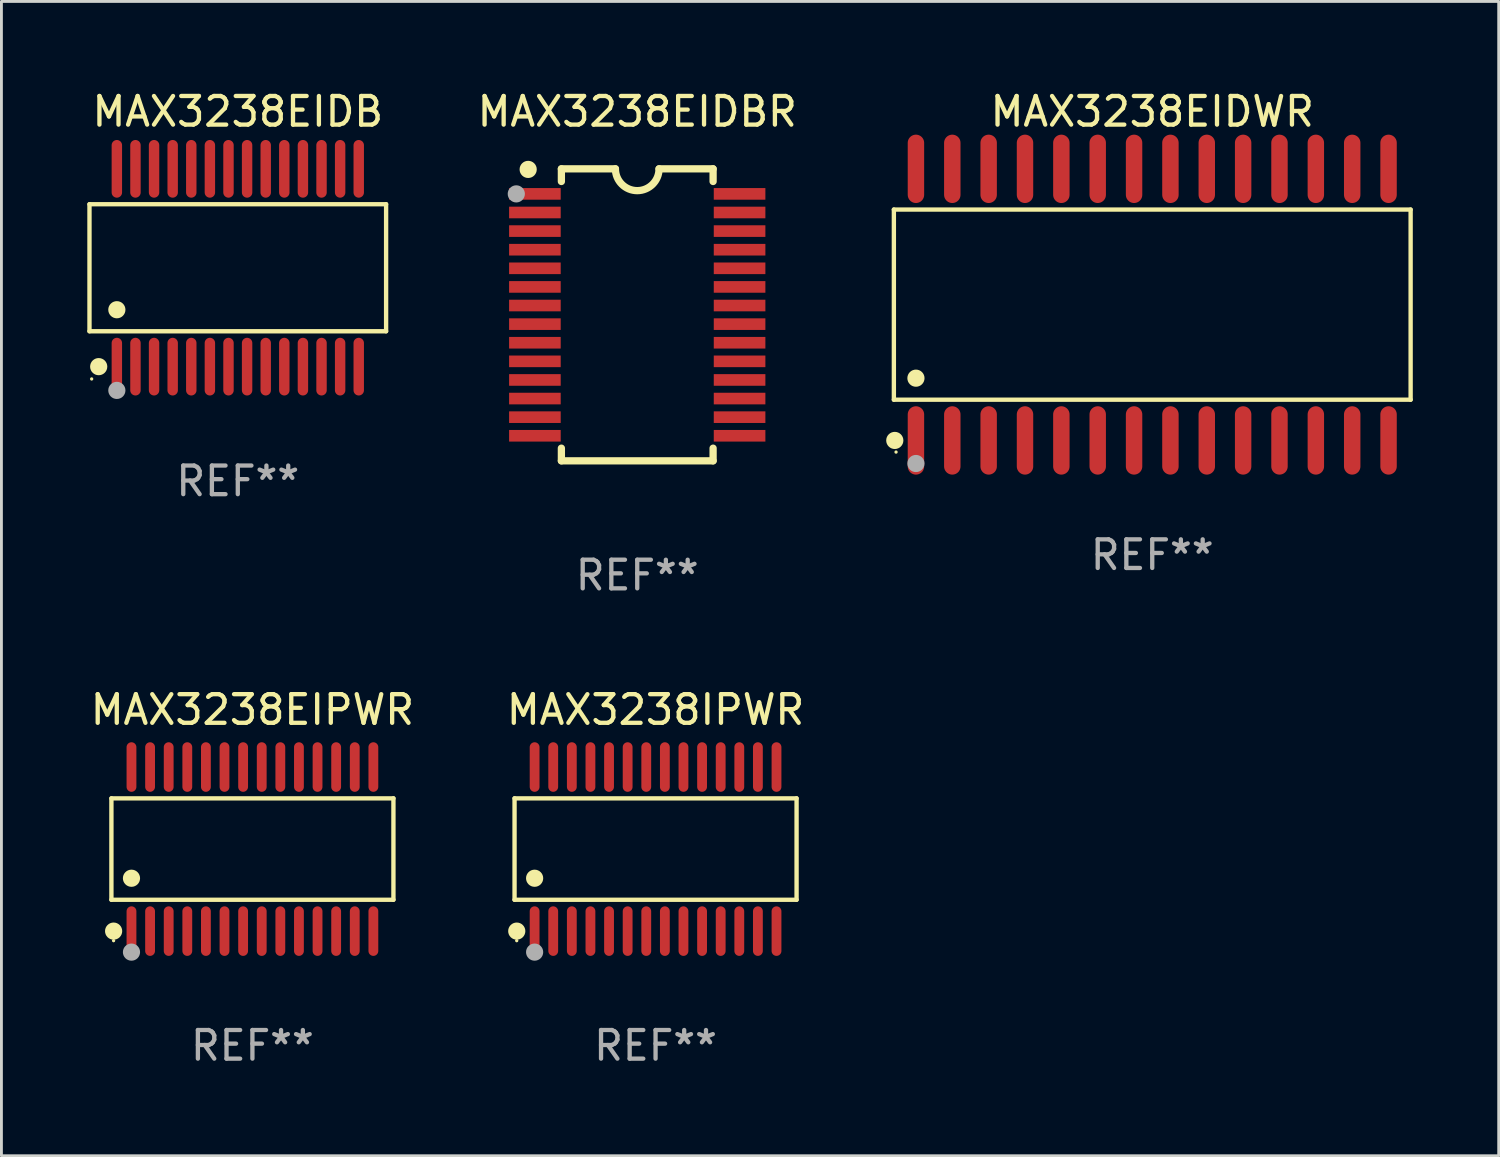
<source format=kicad_pcb>
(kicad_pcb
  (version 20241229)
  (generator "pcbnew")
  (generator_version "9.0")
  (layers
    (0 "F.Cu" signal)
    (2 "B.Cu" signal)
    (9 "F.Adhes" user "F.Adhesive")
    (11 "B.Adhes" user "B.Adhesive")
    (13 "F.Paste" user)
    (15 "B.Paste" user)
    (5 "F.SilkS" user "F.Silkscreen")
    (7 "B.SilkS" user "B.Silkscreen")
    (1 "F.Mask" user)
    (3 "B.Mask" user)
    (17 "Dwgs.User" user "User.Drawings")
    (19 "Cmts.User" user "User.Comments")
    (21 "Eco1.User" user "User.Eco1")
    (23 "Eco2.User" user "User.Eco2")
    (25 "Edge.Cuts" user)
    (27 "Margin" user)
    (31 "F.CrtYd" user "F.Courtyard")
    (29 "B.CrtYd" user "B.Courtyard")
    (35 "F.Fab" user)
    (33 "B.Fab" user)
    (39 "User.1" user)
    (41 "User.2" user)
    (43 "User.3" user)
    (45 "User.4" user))
  (footprint "MAX3238IPWR"
    (layer "F.Cu")
    (at 19.851 26.611)
    (property "Reference" "MAX3238IPWR" (at 0 -4.866 0) (layer "F.SilkS") (effects (font (size 1 1) (thickness 0.15))))
    (attr through_hole)
    (fp_line (start -4.926 -1.772) (end 4.926 -1.772) (stroke (width 0.152) (type solid)) (layer "F.SilkS"))
    (fp_line (start -4.926 1.771) (end -4.926 -1.772) (stroke (width 0.152) (type solid)) (layer "F.SilkS"))
    (fp_line (start 4.926 -1.772) (end 4.926 1.771) (stroke (width 0.152) (type solid)) (layer "F.SilkS"))
    (fp_line (start 4.926 1.771) (end -4.926 1.771) (stroke (width 0.152) (type solid)) (layer "F.SilkS"))
    (fp_circle (center -4.85 3.2) (end -4.82 3.2) (stroke (width 0.06) (type solid)) (fill no) (layer "F.SilkS"))
    (fp_circle (center -4.849 2.866) (end -4.699 2.866) (stroke (width 0.3) (type solid)) (fill no) (layer "F.SilkS"))
    (fp_circle (center -4.225 1.019) (end -4.075 1.019) (stroke (width 0.3) (type solid)) (fill no) (layer "F.SilkS"))
    (fp_circle (center -4.225 3.6) (end -4.075 3.6) (stroke (width 0.3) (type solid)) (fill no) (layer "F.Fab"))
    (fp_text user "REF**" (at 0 6.866 0) (layer "F.Fab") (effects (font (size 1 1) (thickness 0.15))))
    (pad "1" smd oval (at -4.225 2.866) (size 0.343 1.731) (layers "F.Cu" "F.Mask" "F.Paste"))
    (pad "2" smd oval (at -3.575 2.866) (size 0.343 1.731) (layers "F.Cu" "F.Mask" "F.Paste"))
    (pad "3" smd oval (at -2.925 2.866) (size 0.343 1.731) (layers "F.Cu" "F.Mask" "F.Paste"))
    (pad "4" smd oval (at -2.275 2.866) (size 0.343 1.731) (layers "F.Cu" "F.Mask" "F.Paste"))
    (pad "5" smd oval (at -1.625 2.866) (size 0.343 1.731) (layers "F.Cu" "F.Mask" "F.Paste"))
    (pad "6" smd oval (at -0.975 2.866) (size 0.343 1.731) (layers "F.Cu" "F.Mask" "F.Paste"))
    (pad "7" smd oval (at -0.325 2.866) (size 0.343 1.731) (layers "F.Cu" "F.Mask" "F.Paste"))
    (pad "8" smd oval (at 0.325 2.866) (size 0.343 1.731) (layers "F.Cu" "F.Mask" "F.Paste"))
    (pad "9" smd oval (at 0.975 2.866) (size 0.343 1.731) (layers "F.Cu" "F.Mask" "F.Paste"))
    (pad "10" smd oval (at 1.625 2.866) (size 0.343 1.731) (layers "F.Cu" "F.Mask" "F.Paste"))
    (pad "11" smd oval (at 2.275 2.866) (size 0.343 1.731) (layers "F.Cu" "F.Mask" "F.Paste"))
    (pad "12" smd oval (at 2.925 2.866) (size 0.343 1.731) (layers "F.Cu" "F.Mask" "F.Paste"))
    (pad "13" smd oval (at 3.575 2.866) (size 0.343 1.731) (layers "F.Cu" "F.Mask" "F.Paste"))
    (pad "14" smd oval (at 4.225 2.866) (size 0.343 1.731) (layers "F.Cu" "F.Mask" "F.Paste"))
    (pad "15" smd oval (at 4.225 -2.866) (size 0.343 1.731) (layers "F.Cu" "F.Mask" "F.Paste"))
    (pad "16" smd oval (at 3.575 -2.866) (size 0.343 1.731) (layers "F.Cu" "F.Mask" "F.Paste"))
    (pad "17" smd oval (at 2.925 -2.866) (size 0.343 1.731) (layers "F.Cu" "F.Mask" "F.Paste"))
    (pad "18" smd oval (at 2.275 -2.866) (size 0.343 1.731) (layers "F.Cu" "F.Mask" "F.Paste"))
    (pad "19" smd oval (at 1.625 -2.866) (size 0.343 1.731) (layers "F.Cu" "F.Mask" "F.Paste"))
    (pad "20" smd oval (at 0.975 -2.866) (size 0.343 1.731) (layers "F.Cu" "F.Mask" "F.Paste"))
    (pad "21" smd oval (at 0.325 -2.866) (size 0.343 1.731) (layers "F.Cu" "F.Mask" "F.Paste"))
    (pad "22" smd oval (at -0.325 -2.866) (size 0.343 1.731) (layers "F.Cu" "F.Mask" "F.Paste"))
    (pad "23" smd oval (at -0.975 -2.866) (size 0.343 1.731) (layers "F.Cu" "F.Mask" "F.Paste"))
    (pad "24" smd oval (at -1.625 -2.866) (size 0.343 1.731) (layers "F.Cu" "F.Mask" "F.Paste"))
    (pad "25" smd oval (at -2.275 -2.866) (size 0.343 1.731) (layers "F.Cu" "F.Mask" "F.Paste"))
    (pad "26" smd oval (at -2.925 -2.866) (size 0.343 1.731) (layers "F.Cu" "F.Mask" "F.Paste"))
    (pad "27" smd oval (at -3.575 -2.866) (size 0.343 1.731) (layers "F.Cu" "F.Mask" "F.Paste"))
    (pad "28" smd oval (at -4.225 -2.866) (size 0.343 1.731) (layers "F.Cu" "F.Mask" "F.Paste")))
  (footprint "MAX3238EIDB"
    (layer "F.Cu")
    (at 5.257 6.303)
    (property "Reference" "MAX3238EIDB" (at 0 -5.455 0) (layer "F.SilkS") (effects (font (size 1 1) (thickness 0.15))))
    (attr through_hole)
    (fp_line (start -5.181 -2.219) (end 5.181 -2.219) (stroke (width 0.152) (type solid)) (layer "F.SilkS"))
    (fp_line (start -5.181 2.219) (end -5.181 -2.219) (stroke (width 0.152) (type solid)) (layer "F.SilkS"))
    (fp_line (start 5.181 -2.219) (end 5.181 2.219) (stroke (width 0.152) (type solid)) (layer "F.SilkS"))
    (fp_line (start 5.181 2.219) (end -5.181 2.219) (stroke (width 0.152) (type solid)) (layer "F.SilkS"))
    (fp_circle (center -5.105 3.885) (end -5.075 3.885) (stroke (width 0.06) (type solid)) (fill no) (layer "F.SilkS"))
    (fp_circle (center -4.859 3.455) (end -4.709 3.455) (stroke (width 0.3) (type solid)) (fill no) (layer "F.SilkS"))
    (fp_circle (center -4.225 1.467) (end -4.075 1.467) (stroke (width 0.3) (type solid)) (fill no) (layer "F.SilkS"))
    (fp_circle (center -4.225 4.285) (end -4.075 4.285) (stroke (width 0.3) (type solid)) (fill no) (layer "F.Fab"))
    (fp_text user "REF**" (at 0 7.455 0) (layer "F.Fab") (effects (font (size 1 1) (thickness 0.15))))
    (pad "1" smd oval (at -4.225 3.455) (size 0.364 2.015) (layers "F.Cu" "F.Mask" "F.Paste"))
    (pad "2" smd oval (at -3.575 3.455) (size 0.364 2.015) (layers "F.Cu" "F.Mask" "F.Paste"))
    (pad "3" smd oval (at -2.925 3.455) (size 0.364 2.015) (layers "F.Cu" "F.Mask" "F.Paste"))
    (pad "4" smd oval (at -2.275 3.455) (size 0.364 2.015) (layers "F.Cu" "F.Mask" "F.Paste"))
    (pad "5" smd oval (at -1.625 3.455) (size 0.364 2.015) (layers "F.Cu" "F.Mask" "F.Paste"))
    (pad "6" smd oval (at -0.975 3.455) (size 0.364 2.015) (layers "F.Cu" "F.Mask" "F.Paste"))
    (pad "7" smd oval (at -0.325 3.455) (size 0.364 2.015) (layers "F.Cu" "F.Mask" "F.Paste"))
    (pad "8" smd oval (at 0.325 3.455) (size 0.364 2.015) (layers "F.Cu" "F.Mask" "F.Paste"))
    (pad "9" smd oval (at 0.975 3.455) (size 0.364 2.015) (layers "F.Cu" "F.Mask" "F.Paste"))
    (pad "10" smd oval (at 1.625 3.455) (size 0.364 2.015) (layers "F.Cu" "F.Mask" "F.Paste"))
    (pad "11" smd oval (at 2.275 3.455) (size 0.364 2.015) (layers "F.Cu" "F.Mask" "F.Paste"))
    (pad "12" smd oval (at 2.925 3.455) (size 0.364 2.015) (layers "F.Cu" "F.Mask" "F.Paste"))
    (pad "13" smd oval (at 3.575 3.455) (size 0.364 2.015) (layers "F.Cu" "F.Mask" "F.Paste"))
    (pad "14" smd oval (at 4.225 3.455) (size 0.364 2.015) (layers "F.Cu" "F.Mask" "F.Paste"))
    (pad "15" smd oval (at 4.225 -3.455) (size 0.364 2.015) (layers "F.Cu" "F.Mask" "F.Paste"))
    (pad "16" smd oval (at 3.575 -3.455) (size 0.364 2.015) (layers "F.Cu" "F.Mask" "F.Paste"))
    (pad "17" smd oval (at 2.925 -3.455) (size 0.364 2.015) (layers "F.Cu" "F.Mask" "F.Paste"))
    (pad "18" smd oval (at 2.275 -3.455) (size 0.364 2.015) (layers "F.Cu" "F.Mask" "F.Paste"))
    (pad "19" smd oval (at 1.625 -3.455) (size 0.364 2.015) (layers "F.Cu" "F.Mask" "F.Paste"))
    (pad "20" smd oval (at 0.975 -3.455) (size 0.364 2.015) (layers "F.Cu" "F.Mask" "F.Paste"))
    (pad "21" smd oval (at 0.325 -3.455) (size 0.364 2.015) (layers "F.Cu" "F.Mask" "F.Paste"))
    (pad "22" smd oval (at -0.325 -3.455) (size 0.364 2.015) (layers "F.Cu" "F.Mask" "F.Paste"))
    (pad "23" smd oval (at -0.975 -3.455) (size 0.364 2.015) (layers "F.Cu" "F.Mask" "F.Paste"))
    (pad "24" smd oval (at -1.625 -3.455) (size 0.364 2.015) (layers "F.Cu" "F.Mask" "F.Paste"))
    (pad "25" smd oval (at -2.275 -3.455) (size 0.364 2.015) (layers "F.Cu" "F.Mask" "F.Paste"))
    (pad "26" smd oval (at -2.925 -3.455) (size 0.364 2.015) (layers "F.Cu" "F.Mask" "F.Paste"))
    (pad "27" smd oval (at -3.575 -3.455) (size 0.364 2.015) (layers "F.Cu" "F.Mask" "F.Paste"))
    (pad "28" smd oval (at -4.225 -3.455) (size 0.364 2.015) (layers "F.Cu" "F.Mask" "F.Paste")))
  (footprint "MAX3238EIPWR"
    (layer "F.Cu")
    (at 5.768 26.611)
    (property "Reference" "MAX3238EIPWR" (at 0 -4.866 0) (layer "F.SilkS") (effects (font (size 1 1) (thickness 0.15))))
    (attr through_hole)
    (fp_line (start -4.926 -1.772) (end 4.926 -1.772) (stroke (width 0.152) (type solid)) (layer "F.SilkS"))
    (fp_line (start -4.926 1.771) (end -4.926 -1.772) (stroke (width 0.152) (type solid)) (layer "F.SilkS"))
    (fp_line (start 4.926 -1.772) (end 4.926 1.771) (stroke (width 0.152) (type solid)) (layer "F.SilkS"))
    (fp_line (start 4.926 1.771) (end -4.926 1.771) (stroke (width 0.152) (type solid)) (layer "F.SilkS"))
    (fp_circle (center -4.85 3.2) (end -4.82 3.2) (stroke (width 0.06) (type solid)) (fill no) (layer "F.SilkS"))
    (fp_circle (center -4.849 2.866) (end -4.699 2.866) (stroke (width 0.3) (type solid)) (fill no) (layer "F.SilkS"))
    (fp_circle (center -4.225 1.019) (end -4.075 1.019) (stroke (width 0.3) (type solid)) (fill no) (layer "F.SilkS"))
    (fp_circle (center -4.225 3.6) (end -4.075 3.6) (stroke (width 0.3) (type solid)) (fill no) (layer "F.Fab"))
    (fp_text user "REF**" (at 0 6.866 0) (layer "F.Fab") (effects (font (size 1 1) (thickness 0.15))))
    (pad "1" smd oval (at -4.225 2.866) (size 0.343 1.731) (layers "F.Cu" "F.Mask" "F.Paste"))
    (pad "2" smd oval (at -3.575 2.866) (size 0.343 1.731) (layers "F.Cu" "F.Mask" "F.Paste"))
    (pad "3" smd oval (at -2.925 2.866) (size 0.343 1.731) (layers "F.Cu" "F.Mask" "F.Paste"))
    (pad "4" smd oval (at -2.275 2.866) (size 0.343 1.731) (layers "F.Cu" "F.Mask" "F.Paste"))
    (pad "5" smd oval (at -1.625 2.866) (size 0.343 1.731) (layers "F.Cu" "F.Mask" "F.Paste"))
    (pad "6" smd oval (at -0.975 2.866) (size 0.343 1.731) (layers "F.Cu" "F.Mask" "F.Paste"))
    (pad "7" smd oval (at -0.325 2.866) (size 0.343 1.731) (layers "F.Cu" "F.Mask" "F.Paste"))
    (pad "8" smd oval (at 0.325 2.866) (size 0.343 1.731) (layers "F.Cu" "F.Mask" "F.Paste"))
    (pad "9" smd oval (at 0.975 2.866) (size 0.343 1.731) (layers "F.Cu" "F.Mask" "F.Paste"))
    (pad "10" smd oval (at 1.625 2.866) (size 0.343 1.731) (layers "F.Cu" "F.Mask" "F.Paste"))
    (pad "11" smd oval (at 2.275 2.866) (size 0.343 1.731) (layers "F.Cu" "F.Mask" "F.Paste"))
    (pad "12" smd oval (at 2.925 2.866) (size 0.343 1.731) (layers "F.Cu" "F.Mask" "F.Paste"))
    (pad "13" smd oval (at 3.575 2.866) (size 0.343 1.731) (layers "F.Cu" "F.Mask" "F.Paste"))
    (pad "14" smd oval (at 4.225 2.866) (size 0.343 1.731) (layers "F.Cu" "F.Mask" "F.Paste"))
    (pad "15" smd oval (at 4.225 -2.866) (size 0.343 1.731) (layers "F.Cu" "F.Mask" "F.Paste"))
    (pad "16" smd oval (at 3.575 -2.866) (size 0.343 1.731) (layers "F.Cu" "F.Mask" "F.Paste"))
    (pad "17" smd oval (at 2.925 -2.866) (size 0.343 1.731) (layers "F.Cu" "F.Mask" "F.Paste"))
    (pad "18" smd oval (at 2.275 -2.866) (size 0.343 1.731) (layers "F.Cu" "F.Mask" "F.Paste"))
    (pad "19" smd oval (at 1.625 -2.866) (size 0.343 1.731) (layers "F.Cu" "F.Mask" "F.Paste"))
    (pad "20" smd oval (at 0.975 -2.866) (size 0.343 1.731) (layers "F.Cu" "F.Mask" "F.Paste"))
    (pad "21" smd oval (at 0.325 -2.866) (size 0.343 1.731) (layers "F.Cu" "F.Mask" "F.Paste"))
    (pad "22" smd oval (at -0.325 -2.866) (size 0.343 1.731) (layers "F.Cu" "F.Mask" "F.Paste"))
    (pad "23" smd oval (at -0.975 -2.866) (size 0.343 1.731) (layers "F.Cu" "F.Mask" "F.Paste"))
    (pad "24" smd oval (at -1.625 -2.866) (size 0.343 1.731) (layers "F.Cu" "F.Mask" "F.Paste"))
    (pad "25" smd oval (at -2.275 -2.866) (size 0.343 1.731) (layers "F.Cu" "F.Mask" "F.Paste"))
    (pad "26" smd oval (at -2.925 -2.866) (size 0.343 1.731) (layers "F.Cu" "F.Mask" "F.Paste"))
    (pad "27" smd oval (at -3.575 -2.866) (size 0.343 1.731) (layers "F.Cu" "F.Mask" "F.Paste"))
    (pad "28" smd oval (at -4.225 -2.866) (size 0.343 1.731) (layers "F.Cu" "F.Mask" "F.Paste")))
  (footprint "MAX3238EIDWR"
    (layer "F.Cu")
    (at 37.202 7.592)
    (property "Reference" "MAX3238EIDWR" (at 0 -6.744 0) (layer "F.SilkS") (effects (font (size 1 1) (thickness 0.15))))
    (attr through_hole)
    (fp_line (start -9.026 -3.321) (end 9.026 -3.321) (stroke (width 0.152) (type solid)) (layer "F.SilkS"))
    (fp_line (start -9.026 3.321) (end -9.026 -3.321) (stroke (width 0.152) (type solid)) (layer "F.SilkS"))
    (fp_line (start 9.026 -3.321) (end 9.026 3.321) (stroke (width 0.152) (type solid)) (layer "F.SilkS"))
    (fp_line (start 9.026 3.321) (end -9.026 3.321) (stroke (width 0.152) (type solid)) (layer "F.SilkS"))
    (fp_circle (center -8.994 4.744) (end -8.844 4.744) (stroke (width 0.3) (type solid)) (fill no) (layer "F.SilkS"))
    (fp_circle (center -8.95 5.15) (end -8.92 5.15) (stroke (width 0.06) (type solid)) (fill no) (layer "F.SilkS"))
    (fp_circle (center -8.255 2.569) (end -8.105 2.569) (stroke (width 0.3) (type solid)) (fill no) (layer "F.SilkS"))
    (fp_circle (center -8.255 5.55) (end -8.105 5.55) (stroke (width 0.3) (type solid)) (fill no) (layer "F.Fab"))
    (fp_text user "REF**" (at 0 8.744 0) (layer "F.Fab") (effects (font (size 1 1) (thickness 0.15))))
    (pad "1" smd oval (at -8.255 4.744) (size 0.574 2.388) (layers "F.Cu" "F.Mask" "F.Paste"))
    (pad "2" smd oval (at -6.985 4.744) (size 0.574 2.388) (layers "F.Cu" "F.Mask" "F.Paste"))
    (pad "3" smd oval (at -5.715 4.744) (size 0.574 2.388) (layers "F.Cu" "F.Mask" "F.Paste"))
    (pad "4" smd oval (at -4.445 4.744) (size 0.574 2.388) (layers "F.Cu" "F.Mask" "F.Paste"))
    (pad "5" smd oval (at -3.175 4.744) (size 0.574 2.388) (layers "F.Cu" "F.Mask" "F.Paste"))
    (pad "6" smd oval (at -1.905 4.744) (size 0.574 2.388) (layers "F.Cu" "F.Mask" "F.Paste"))
    (pad "7" smd oval (at -0.635 4.744) (size 0.574 2.388) (layers "F.Cu" "F.Mask" "F.Paste"))
    (pad "8" smd oval (at 0.635 4.744) (size 0.574 2.388) (layers "F.Cu" "F.Mask" "F.Paste"))
    (pad "9" smd oval (at 1.905 4.744) (size 0.574 2.388) (layers "F.Cu" "F.Mask" "F.Paste"))
    (pad "10" smd oval (at 3.175 4.744) (size 0.574 2.388) (layers "F.Cu" "F.Mask" "F.Paste"))
    (pad "11" smd oval (at 4.445 4.744) (size 0.574 2.388) (layers "F.Cu" "F.Mask" "F.Paste"))
    (pad "12" smd oval (at 5.715 4.744) (size 0.574 2.388) (layers "F.Cu" "F.Mask" "F.Paste"))
    (pad "13" smd oval (at 6.985 4.744) (size 0.574 2.388) (layers "F.Cu" "F.Mask" "F.Paste"))
    (pad "14" smd oval (at 8.255 4.744) (size 0.574 2.388) (layers "F.Cu" "F.Mask" "F.Paste"))
    (pad "15" smd oval (at 8.255 -4.744) (size 0.574 2.388) (layers "F.Cu" "F.Mask" "F.Paste"))
    (pad "16" smd oval (at 6.985 -4.744) (size 0.574 2.388) (layers "F.Cu" "F.Mask" "F.Paste"))
    (pad "17" smd oval (at 5.715 -4.744) (size 0.574 2.388) (layers "F.Cu" "F.Mask" "F.Paste"))
    (pad "18" smd oval (at 4.445 -4.744) (size 0.574 2.388) (layers "F.Cu" "F.Mask" "F.Paste"))
    (pad "19" smd oval (at 3.175 -4.744) (size 0.574 2.388) (layers "F.Cu" "F.Mask" "F.Paste"))
    (pad "20" smd oval (at 1.905 -4.744) (size 0.574 2.388) (layers "F.Cu" "F.Mask" "F.Paste"))
    (pad "21" smd oval (at 0.635 -4.744) (size 0.574 2.388) (layers "F.Cu" "F.Mask" "F.Paste"))
    (pad "22" smd oval (at -0.635 -4.744) (size 0.574 2.388) (layers "F.Cu" "F.Mask" "F.Paste"))
    (pad "23" smd oval (at -1.905 -4.744) (size 0.574 2.388) (layers "F.Cu" "F.Mask" "F.Paste"))
    (pad "24" smd oval (at -3.175 -4.744) (size 0.574 2.388) (layers "F.Cu" "F.Mask" "F.Paste"))
    (pad "25" smd oval (at -4.445 -4.744) (size 0.574 2.388) (layers "F.Cu" "F.Mask" "F.Paste"))
    (pad "26" smd oval (at -5.715 -4.744) (size 0.574 2.388) (layers "F.Cu" "F.Mask" "F.Paste"))
    (pad "27" smd oval (at -6.985 -4.744) (size 0.574 2.388) (layers "F.Cu" "F.Mask" "F.Paste"))
    (pad "28" smd oval (at -8.255 -4.744) (size 0.574 2.388) (layers "F.Cu" "F.Mask" "F.Paste")))
  (footprint "MAX3238EIDBR"
    (layer "F.Cu")
    (at 19.211 7.948)
    (property "Reference" "MAX3238EIDBR" (at 0 -7.1 0) (layer "F.SilkS") (effects (font (size 1 1) (thickness 0.15))))
    (attr through_hole)
    (fp_line (start -2.65 -5.1) (end -0.762 -5.1) (stroke (width 0.254) (type solid)) (layer "F.SilkS"))
    (fp_line (start -2.65 -4.658) (end -2.65 -5.1) (stroke (width 0.254) (type solid)) (layer "F.SilkS"))
    (fp_line (start -2.65 5.1) (end -2.65 4.658) (stroke (width 0.254) (type solid)) (layer "F.SilkS"))
    (fp_line (start -2.65 5.1) (end 2.65 5.1) (stroke (width 0.254) (type solid)) (layer "F.SilkS"))
    (fp_line (start 2.65 -5.1) (end 0.762 -5.1) (stroke (width 0.254) (type solid)) (layer "F.SilkS"))
    (fp_line (start 2.65 -5.1) (end 2.65 -4.658) (stroke (width 0.254) (type solid)) (layer "F.SilkS"))
    (fp_line (start 2.65 4.658) (end 2.65 5.1) (stroke (width 0.254) (type solid)) (layer "F.SilkS"))
    (fp_arc (start 0.761925 -5.1) (mid -0.000241 -4.338329) (end -0.762077 -5.10033) (stroke (width 0.254001) (type solid)) (layer "F.SilkS"))
    (fp_circle (center -3.858 -5.07) (end -3.828 -5.07) (stroke (width 0.06) (type solid)) (fill no) (layer "F.SilkS"))
    (fp_circle (center -3.81 -5.08) (end -3.66 -5.08) (stroke (width 0.3) (type solid)) (fill no) (layer "F.SilkS"))
    (fp_circle (center -4.225 -4.225) (end -4.075 -4.225) (stroke (width 0.3) (type solid)) (fill no) (layer "F.Fab"))
    (fp_text user "REF**" (at 0 9.1 0) (layer "F.Fab") (effects (font (size 1 1) (thickness 0.15))))
    (pad "1" smd rect (at -3.575 -4.225) (size 1.803 0.406) (layers "F.Cu" "F.Mask" "F.Paste"))
    (pad "2" smd rect (at -3.575 -3.575) (size 1.803 0.406) (layers "F.Cu" "F.Mask" "F.Paste"))
    (pad "3" smd rect (at -3.575 -2.925) (size 1.803 0.406) (layers "F.Cu" "F.Mask" "F.Paste"))
    (pad "4" smd rect (at -3.575 -2.275) (size 1.803 0.406) (layers "F.Cu" "F.Mask" "F.Paste"))
    (pad "5" smd rect (at -3.575 -1.625) (size 1.803 0.406) (layers "F.Cu" "F.Mask" "F.Paste"))
    (pad "6" smd rect (at -3.575 -0.975) (size 1.803 0.406) (layers "F.Cu" "F.Mask" "F.Paste"))
    (pad "7" smd rect (at -3.575 -0.325) (size 1.803 0.406) (layers "F.Cu" "F.Mask" "F.Paste"))
    (pad "8" smd rect (at -3.575 0.325) (size 1.803 0.406) (layers "F.Cu" "F.Mask" "F.Paste"))
    (pad "9" smd rect (at -3.575 0.975) (size 1.803 0.406) (layers "F.Cu" "F.Mask" "F.Paste"))
    (pad "10" smd rect (at -3.575 1.625) (size 1.803 0.406) (layers "F.Cu" "F.Mask" "F.Paste"))
    (pad "11" smd rect (at -3.575 2.275) (size 1.803 0.406) (layers "F.Cu" "F.Mask" "F.Paste"))
    (pad "12" smd rect (at -3.575 2.925) (size 1.803 0.406) (layers "F.Cu" "F.Mask" "F.Paste"))
    (pad "13" smd rect (at -3.575 3.575) (size 1.803 0.406) (layers "F.Cu" "F.Mask" "F.Paste"))
    (pad "14" smd rect (at -3.575 4.225) (size 1.803 0.406) (layers "F.Cu" "F.Mask" "F.Paste"))
    (pad "15" smd rect (at 3.575 4.225) (size 1.803 0.406) (layers "F.Cu" "F.Mask" "F.Paste"))
    (pad "16" smd rect (at 3.575 3.575) (size 1.803 0.406) (layers "F.Cu" "F.Mask" "F.Paste"))
    (pad "17" smd rect (at 3.575 2.925) (size 1.803 0.406) (layers "F.Cu" "F.Mask" "F.Paste"))
    (pad "18" smd rect (at 3.575 2.275) (size 1.803 0.406) (layers "F.Cu" "F.Mask" "F.Paste"))
    (pad "19" smd rect (at 3.575 1.625) (size 1.803 0.406) (layers "F.Cu" "F.Mask" "F.Paste"))
    (pad "20" smd rect (at 3.575 0.975) (size 1.803 0.406) (layers "F.Cu" "F.Mask" "F.Paste"))
    (pad "21" smd rect (at 3.575 0.325) (size 1.803 0.406) (layers "F.Cu" "F.Mask" "F.Paste"))
    (pad "22" smd rect (at 3.575 -0.325) (size 1.803 0.406) (layers "F.Cu" "F.Mask" "F.Paste"))
    (pad "23" smd rect (at 3.575 -0.975) (size 1.803 0.406) (layers "F.Cu" "F.Mask" "F.Paste"))
    (pad "24" smd rect (at 3.575 -1.625) (size 1.803 0.406) (layers "F.Cu" "F.Mask" "F.Paste"))
    (pad "25" smd rect (at 3.575 -2.275) (size 1.803 0.406) (layers "F.Cu" "F.Mask" "F.Paste"))
    (pad "26" smd rect (at 3.575 -2.925) (size 1.803 0.406) (layers "F.Cu" "F.Mask" "F.Paste"))
    (pad "27" smd rect (at 3.575 -3.575) (size 1.803 0.406) (layers "F.Cu" "F.Mask" "F.Paste"))
    (pad "28" smd rect (at 3.575 -4.225) (size 1.803 0.406) (layers "F.Cu" "F.Mask" "F.Paste")))
  (gr_rect
    (start -3 -3)
    (end 49.305 37.325)
    (stroke (width 0.1) (type default))
    (fill no)
    (layer "Edge.Cuts")))
</source>
